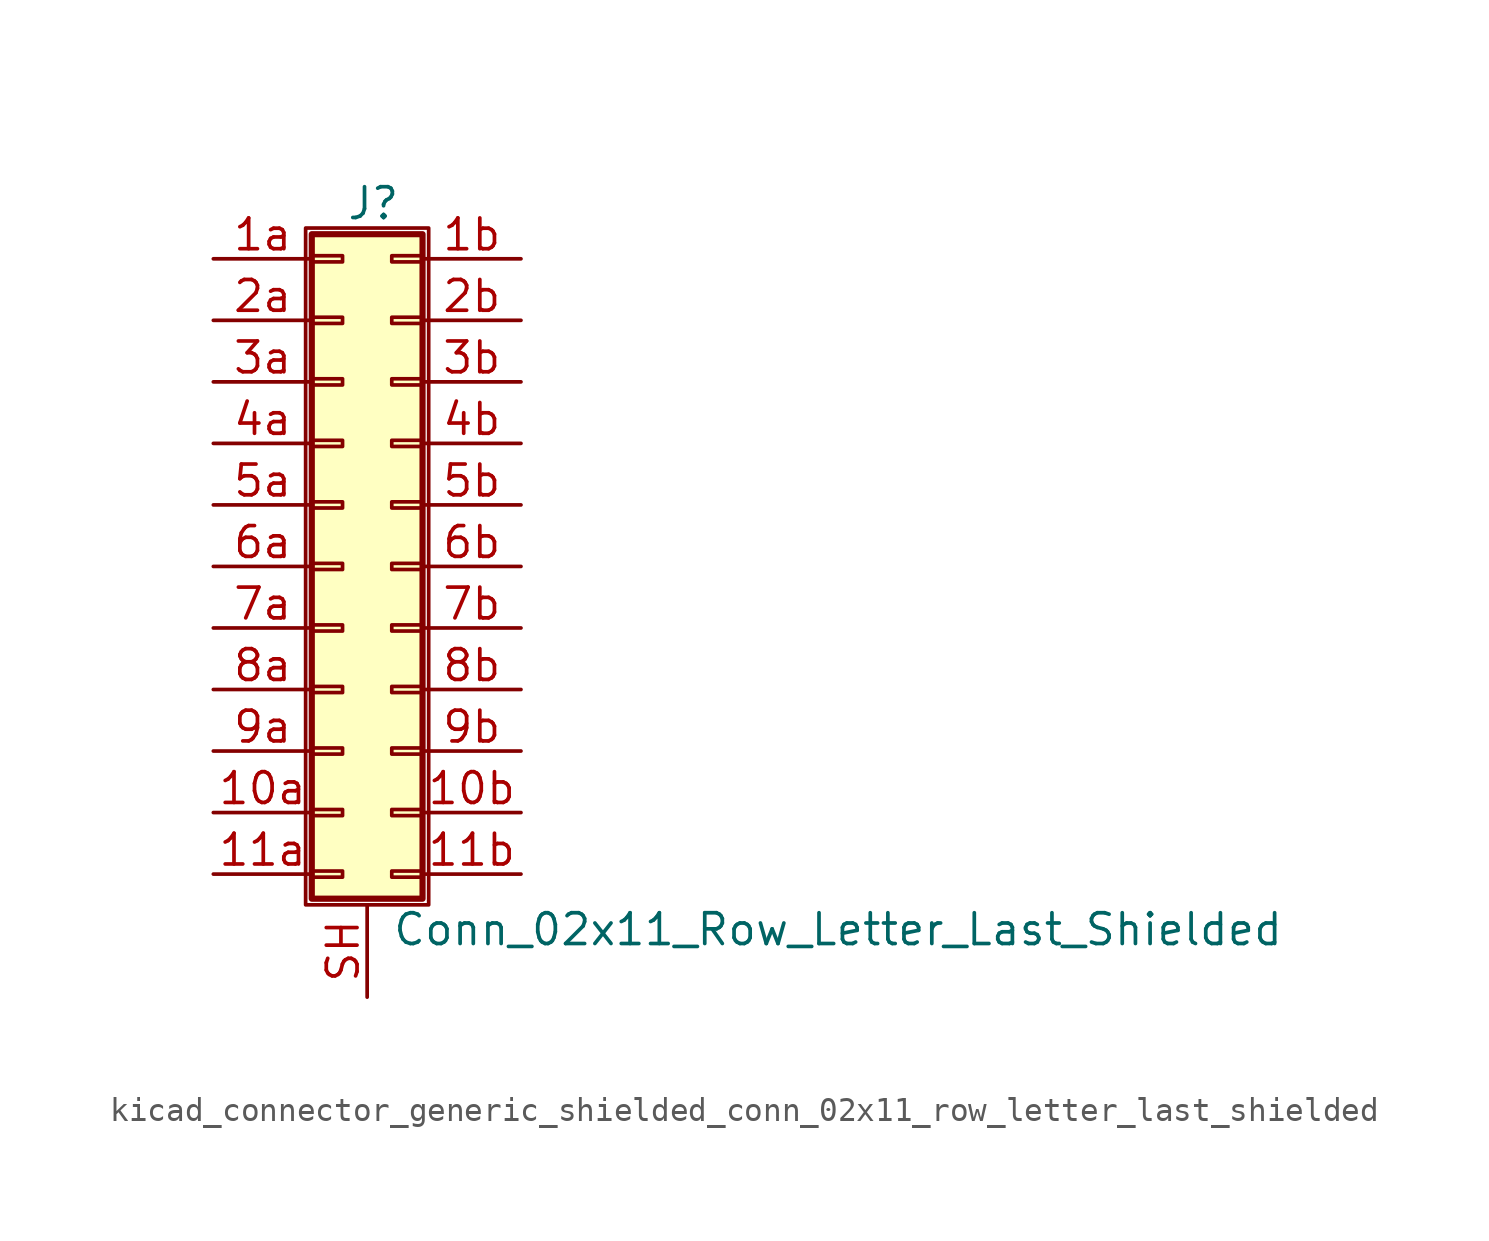
<source format=kicad_sym>
(kicad_symbol_lib
  (version 20220914)
  (generator kicad_symbol_editor)
  (symbol "kicad_connector_generic_shielded_conn_02x11_row_letter_last_shielded"
    (pin_names
      (offset 1.016) hide)
    (property "Reference" "J"
      (at 1.524 14.986 0)
      (effects (font (size 1.27 1.27))))
    (property "Value" "Conn_02x11_Row_Letter_Last_Shielded"
      (at 2.286 -14.986 0)
      (effects (font (size 1.27 1.27)) (justify left)))
    (symbol "kicad_connector_generic_shielded_conn_02x11_row_letter_last_shielded_1_1"
      (rectangle (start -1.27 13.97) (end 3.81 -13.97) (stroke (width 0.152) (type default)) (fill (type none)))
      (rectangle (start -1.016 -12.573) (end 0.254 -12.827) (stroke (width 0.152) (type default)) (fill (type none)))
      (rectangle (start -1.016 -10.033) (end 0.254 -10.287) (stroke (width 0.152) (type default)) (fill (type none)))
      (rectangle (start -1.016 -7.493) (end 0.254 -7.747) (stroke (width 0.152) (type default)) (fill (type none)))
      (rectangle (start -1.016 -4.953) (end 0.254 -5.207) (stroke (width 0.152) (type default)) (fill (type none)))
      (rectangle (start -1.016 -2.413) (end 0.254 -2.667) (stroke (width 0.152) (type default)) (fill (type none)))
      (rectangle (start -1.016 0.127) (end 0.254 -0.127) (stroke (width 0.152) (type default)) (fill (type none)))
      (rectangle (start -1.016 2.667) (end 0.254 2.413) (stroke (width 0.152) (type default)) (fill (type none)))
      (rectangle (start -1.016 5.207) (end 0.254 4.953) (stroke (width 0.152) (type default)) (fill (type none)))
      (rectangle (start -1.016 7.747) (end 0.254 7.493) (stroke (width 0.152) (type default)) (fill (type none)))
      (rectangle (start -1.016 10.287) (end 0.254 10.033) (stroke (width 0.152) (type default)) (fill (type none)))
      (rectangle (start -1.016 12.827) (end 0.254 12.573) (stroke (width 0.152) (type default)) (fill (type none)))
      (rectangle (start -1.016 13.716) (end 3.556 -13.716) (stroke (width 0.254) (type default)) (fill (type background)))
      (rectangle (start 3.556 -12.573) (end 2.286 -12.827) (stroke (width 0.152) (type default)) (fill (type none)))
      (rectangle (start 3.556 -10.033) (end 2.286 -10.287) (stroke (width 0.152) (type default)) (fill (type none)))
      (rectangle (start 3.556 -7.493) (end 2.286 -7.747) (stroke (width 0.152) (type default)) (fill (type none)))
      (rectangle (start 3.556 -4.953) (end 2.286 -5.207) (stroke (width 0.152) (type default)) (fill (type none)))
      (rectangle (start 3.556 -2.413) (end 2.286 -2.667) (stroke (width 0.152) (type default)) (fill (type none)))
      (rectangle (start 3.556 0.127) (end 2.286 -0.127) (stroke (width 0.152) (type default)) (fill (type none)))
      (rectangle (start 3.556 2.667) (end 2.286 2.413) (stroke (width 0.152) (type default)) (fill (type none)))
      (rectangle (start 3.556 5.207) (end 2.286 4.953) (stroke (width 0.152) (type default)) (fill (type none)))
      (rectangle (start 3.556 7.747) (end 2.286 7.493) (stroke (width 0.152) (type default)) (fill (type none)))
      (rectangle (start 3.556 10.287) (end 2.286 10.033) (stroke (width 0.152) (type default)) (fill (type none)))
      (rectangle (start 3.556 12.827) (end 2.286 12.573) (stroke (width 0.152) (type default)) (fill (type none)))
      (pin passive line (at -5.08 -10.16 0) (length 4.064) (name "Pin_10a" (effects (font (size 1.27 1.27)))) (number "10a" (effects (font (size 1.27 1.27)))))
      (pin passive line (at 7.62 -10.16 180) (length 4.064) (name "Pin_10b" (effects (font (size 1.27 1.27)))) (number "10b" (effects (font (size 1.27 1.27)))))
      (pin passive line (at -5.08 -12.7 0) (length 4.064) (name "Pin_11a" (effects (font (size 1.27 1.27)))) (number "11a" (effects (font (size 1.27 1.27)))))
      (pin passive line (at 7.62 -12.7 180) (length 4.064) (name "Pin_11b" (effects (font (size 1.27 1.27)))) (number "11b" (effects (font (size 1.27 1.27)))))
      (pin passive line (at -5.08 12.7 0) (length 4.064) (name "Pin_1a" (effects (font (size 1.27 1.27)))) (number "1a" (effects (font (size 1.27 1.27)))))
      (pin passive line (at 7.62 12.7 180) (length 4.064) (name "Pin_1b" (effects (font (size 1.27 1.27)))) (number "1b" (effects (font (size 1.27 1.27)))))
      (pin passive line (at -5.08 10.16 0) (length 4.064) (name "Pin_2a" (effects (font (size 1.27 1.27)))) (number "2a" (effects (font (size 1.27 1.27)))))
      (pin passive line (at 7.62 10.16 180) (length 4.064) (name "Pin_2b" (effects (font (size 1.27 1.27)))) (number "2b" (effects (font (size 1.27 1.27)))))
      (pin passive line (at -5.08 7.62 0) (length 4.064) (name "Pin_3a" (effects (font (size 1.27 1.27)))) (number "3a" (effects (font (size 1.27 1.27)))))
      (pin passive line (at 7.62 7.62 180) (length 4.064) (name "Pin_3b" (effects (font (size 1.27 1.27)))) (number "3b" (effects (font (size 1.27 1.27)))))
      (pin passive line (at -5.08 5.08 0) (length 4.064) (name "Pin_4a" (effects (font (size 1.27 1.27)))) (number "4a" (effects (font (size 1.27 1.27)))))
      (pin passive line (at 7.62 5.08 180) (length 4.064) (name "Pin_4b" (effects (font (size 1.27 1.27)))) (number "4b" (effects (font (size 1.27 1.27)))))
      (pin passive line (at -5.08 2.54 0) (length 4.064) (name "Pin_5a" (effects (font (size 1.27 1.27)))) (number "5a" (effects (font (size 1.27 1.27)))))
      (pin passive line (at 7.62 2.54 180) (length 4.064) (name "Pin_5b" (effects (font (size 1.27 1.27)))) (number "5b" (effects (font (size 1.27 1.27)))))
      (pin passive line (at -5.08 0 0) (length 4.064) (name "Pin_6a" (effects (font (size 1.27 1.27)))) (number "6a" (effects (font (size 1.27 1.27)))))
      (pin passive line (at 7.62 0 180) (length 4.064) (name "Pin_6b" (effects (font (size 1.27 1.27)))) (number "6b" (effects (font (size 1.27 1.27)))))
      (pin passive line (at -5.08 -2.54 0) (length 4.064) (name "Pin_7a" (effects (font (size 1.27 1.27)))) (number "7a" (effects (font (size 1.27 1.27)))))
      (pin passive line (at 7.62 -2.54 180) (length 4.064) (name "Pin_7b" (effects (font (size 1.27 1.27)))) (number "7b" (effects (font (size 1.27 1.27)))))
      (pin passive line (at -5.08 -5.08 0) (length 4.064) (name "Pin_8a" (effects (font (size 1.27 1.27)))) (number "8a" (effects (font (size 1.27 1.27)))))
      (pin passive line (at 7.62 -5.08 180) (length 4.064) (name "Pin_8b" (effects (font (size 1.27 1.27)))) (number "8b" (effects (font (size 1.27 1.27)))))
      (pin passive line (at -5.08 -7.62 0) (length 4.064) (name "Pin_9a" (effects (font (size 1.27 1.27)))) (number "9a" (effects (font (size 1.27 1.27)))))
      (pin passive line (at 7.62 -7.62 180) (length 4.064) (name "Pin_9b" (effects (font (size 1.27 1.27)))) (number "9b" (effects (font (size 1.27 1.27)))))
      (pin passive line (at 1.27 -17.78 90) (length 3.81) (name "Shield" (effects (font (size 1.27 1.27)))) (number "SH" (effects (font (size 1.27 1.27))))))))
</source>
